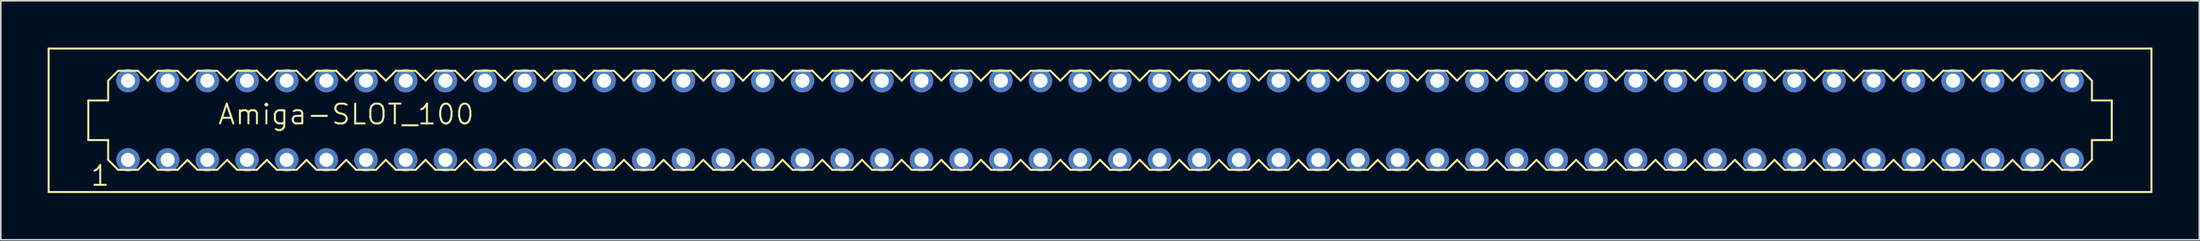
<source format=kicad_pcb>
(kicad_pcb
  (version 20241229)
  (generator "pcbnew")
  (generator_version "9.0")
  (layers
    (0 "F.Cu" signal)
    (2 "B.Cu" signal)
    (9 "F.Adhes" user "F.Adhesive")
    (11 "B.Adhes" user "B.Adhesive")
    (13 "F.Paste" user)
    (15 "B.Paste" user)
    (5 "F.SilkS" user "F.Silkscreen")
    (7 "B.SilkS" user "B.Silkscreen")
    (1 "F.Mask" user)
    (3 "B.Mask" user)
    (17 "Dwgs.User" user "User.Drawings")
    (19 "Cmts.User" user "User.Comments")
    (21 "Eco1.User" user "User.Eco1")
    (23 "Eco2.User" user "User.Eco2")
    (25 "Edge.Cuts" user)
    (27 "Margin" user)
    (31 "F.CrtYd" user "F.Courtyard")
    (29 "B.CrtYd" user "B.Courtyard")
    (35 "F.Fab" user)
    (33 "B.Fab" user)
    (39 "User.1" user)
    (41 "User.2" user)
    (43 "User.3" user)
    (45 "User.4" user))
  (footprint "Amiga-SLOT_100"
    (layer "F.Cu")
    (at 64.834 4.666)
    (property "Reference" "Amiga-SLOT_100" (at -45.72 -0.381 0) (layer "F.SilkS") (effects (font (size 1.27 1.27) (thickness 0.127))))
    (attr exclude_from_pos_files exclude_from_bom)
    (fp_line (start -64.77 -4.602) (end -64.77 4.602) (stroke (width 0.127) (type solid)) (layer "F.SilkS"))
    (fp_line (start -64.77 4.602) (end 69.85 4.602) (stroke (width 0.127) (type solid)) (layer "F.SilkS"))
    (fp_line (start -62.23 -1.27) (end -62.23 1.27) (stroke (width 0.127) (type solid)) (layer "F.SilkS"))
    (fp_line (start -62.23 1.27) (end -60.96 1.27) (stroke (width 0.127) (type solid)) (layer "F.SilkS"))
    (fp_line (start -60.96 -2.54) (end -60.96 -1.27) (stroke (width 0.127) (type solid)) (layer "F.SilkS"))
    (fp_line (start -60.96 -1.27) (end -62.23 -1.27) (stroke (width 0.127) (type solid)) (layer "F.SilkS"))
    (fp_line (start -60.96 1.27) (end -60.96 2.54) (stroke (width 0.127) (type solid)) (layer "F.SilkS"))
    (fp_line (start -60.96 2.54) (end -60.325 3.175) (stroke (width 0.127) (type solid)) (layer "F.SilkS"))
    (fp_line (start -60.325 -3.175) (end -60.96 -2.54) (stroke (width 0.127) (type solid)) (layer "F.SilkS"))
    (fp_line (start -60.325 -3.175) (end -59.055 -3.175) (stroke (width 0.127) (type solid)) (layer "F.SilkS"))
    (fp_line (start -59.055 -3.175) (end -58.42 -2.54) (stroke (width 0.127) (type solid)) (layer "F.SilkS"))
    (fp_line (start -59.055 3.175) (end -60.325 3.175) (stroke (width 0.127) (type solid)) (layer "F.SilkS"))
    (fp_line (start -58.42 -2.54) (end -57.785 -3.175) (stroke (width 0.127) (type solid)) (layer "F.SilkS"))
    (fp_line (start -58.42 2.54) (end -59.055 3.175) (stroke (width 0.127) (type solid)) (layer "F.SilkS"))
    (fp_line (start -57.785 -3.175) (end -56.515 -3.175) (stroke (width 0.127) (type solid)) (layer "F.SilkS"))
    (fp_line (start -57.785 3.175) (end -58.42 2.54) (stroke (width 0.127) (type solid)) (layer "F.SilkS"))
    (fp_line (start -56.515 -3.175) (end -55.88 -2.54) (stroke (width 0.127) (type solid)) (layer "F.SilkS"))
    (fp_line (start -56.515 3.175) (end -57.785 3.175) (stroke (width 0.127) (type solid)) (layer "F.SilkS"))
    (fp_line (start -55.88 -2.54) (end -55.245 -3.175) (stroke (width 0.127) (type solid)) (layer "F.SilkS"))
    (fp_line (start -55.88 2.54) (end -56.515 3.175) (stroke (width 0.127) (type solid)) (layer "F.SilkS"))
    (fp_line (start -55.245 -3.175) (end -53.975 -3.175) (stroke (width 0.127) (type solid)) (layer "F.SilkS"))
    (fp_line (start -55.245 3.175) (end -55.88 2.54) (stroke (width 0.127) (type solid)) (layer "F.SilkS"))
    (fp_line (start -53.975 -3.175) (end -53.34 -2.54) (stroke (width 0.127) (type solid)) (layer "F.SilkS"))
    (fp_line (start -53.975 3.175) (end -55.245 3.175) (stroke (width 0.127) (type solid)) (layer "F.SilkS"))
    (fp_line (start -53.34 2.54) (end -53.975 3.175) (stroke (width 0.127) (type solid)) (layer "F.SilkS"))
    (fp_line (start -53.34 2.54) (end -52.705 3.175) (stroke (width 0.127) (type solid)) (layer "F.SilkS"))
    (fp_line (start -52.705 -3.175) (end -53.34 -2.54) (stroke (width 0.127) (type solid)) (layer "F.SilkS"))
    (fp_line (start -52.705 -3.175) (end -51.435 -3.175) (stroke (width 0.127) (type solid)) (layer "F.SilkS"))
    (fp_line (start -51.435 -3.175) (end -50.8 -2.54) (stroke (width 0.127) (type solid)) (layer "F.SilkS"))
    (fp_line (start -51.435 3.175) (end -52.705 3.175) (stroke (width 0.127) (type solid)) (layer "F.SilkS"))
    (fp_line (start -50.8 -2.54) (end -50.165 -3.175) (stroke (width 0.127) (type solid)) (layer "F.SilkS"))
    (fp_line (start -50.8 2.54) (end -51.435 3.175) (stroke (width 0.127) (type solid)) (layer "F.SilkS"))
    (fp_line (start -50.165 -3.175) (end -48.895 -3.175) (stroke (width 0.127) (type solid)) (layer "F.SilkS"))
    (fp_line (start -50.165 3.175) (end -50.8 2.54) (stroke (width 0.127) (type solid)) (layer "F.SilkS"))
    (fp_line (start -48.895 -3.175) (end -48.26 -2.54) (stroke (width 0.127) (type solid)) (layer "F.SilkS"))
    (fp_line (start -48.895 3.175) (end -50.165 3.175) (stroke (width 0.127) (type solid)) (layer "F.SilkS"))
    (fp_line (start -48.26 -2.54) (end -47.625 -3.175) (stroke (width 0.127) (type solid)) (layer "F.SilkS"))
    (fp_line (start -48.26 2.54) (end -48.895 3.175) (stroke (width 0.127) (type solid)) (layer "F.SilkS"))
    (fp_line (start -47.625 -3.175) (end -46.355 -3.175) (stroke (width 0.127) (type solid)) (layer "F.SilkS"))
    (fp_line (start -47.625 3.175) (end -48.26 2.54) (stroke (width 0.127) (type solid)) (layer "F.SilkS"))
    (fp_line (start -46.355 -3.175) (end -45.72 -2.54) (stroke (width 0.127) (type solid)) (layer "F.SilkS"))
    (fp_line (start -46.355 3.175) (end -47.625 3.175) (stroke (width 0.127) (type solid)) (layer "F.SilkS"))
    (fp_line (start -45.72 2.54) (end -46.355 3.175) (stroke (width 0.127) (type solid)) (layer "F.SilkS"))
    (fp_line (start -45.72 2.54) (end -45.085 3.175) (stroke (width 0.127) (type solid)) (layer "F.SilkS"))
    (fp_line (start -45.085 -3.175) (end -45.72 -2.54) (stroke (width 0.127) (type solid)) (layer "F.SilkS"))
    (fp_line (start -45.085 -3.175) (end -43.815 -3.175) (stroke (width 0.127) (type solid)) (layer "F.SilkS"))
    (fp_line (start -43.815 -3.175) (end -43.18 -2.54) (stroke (width 0.127) (type solid)) (layer "F.SilkS"))
    (fp_line (start -43.815 3.175) (end -45.085 3.175) (stroke (width 0.127) (type solid)) (layer "F.SilkS"))
    (fp_line (start -43.18 -2.54) (end -42.545 -3.175) (stroke (width 0.127) (type solid)) (layer "F.SilkS"))
    (fp_line (start -43.18 2.54) (end -43.815 3.175) (stroke (width 0.127) (type solid)) (layer "F.SilkS"))
    (fp_line (start -42.545 -3.175) (end -41.275 -3.175) (stroke (width 0.127) (type solid)) (layer "F.SilkS"))
    (fp_line (start -42.545 3.175) (end -43.18 2.54) (stroke (width 0.127) (type solid)) (layer "F.SilkS"))
    (fp_line (start -41.275 -3.175) (end -40.64 -2.54) (stroke (width 0.127) (type solid)) (layer "F.SilkS"))
    (fp_line (start -41.275 3.175) (end -42.545 3.175) (stroke (width 0.127) (type solid)) (layer "F.SilkS"))
    (fp_line (start -40.64 2.54) (end -41.275 3.175) (stroke (width 0.127) (type solid)) (layer "F.SilkS"))
    (fp_line (start -40.64 2.54) (end -40.005 3.175) (stroke (width 0.127) (type solid)) (layer "F.SilkS"))
    (fp_line (start -40.005 -3.175) (end -40.64 -2.54) (stroke (width 0.127) (type solid)) (layer "F.SilkS"))
    (fp_line (start -40.005 -3.175) (end -38.735 -3.175) (stroke (width 0.127) (type solid)) (layer "F.SilkS"))
    (fp_line (start -38.735 -3.175) (end -38.1 -2.54) (stroke (width 0.127) (type solid)) (layer "F.SilkS"))
    (fp_line (start -38.735 3.175) (end -40.005 3.175) (stroke (width 0.127) (type solid)) (layer "F.SilkS"))
    (fp_line (start -38.1 -2.54) (end -37.465 -3.175) (stroke (width 0.127) (type solid)) (layer "F.SilkS"))
    (fp_line (start -38.1 2.54) (end -38.735 3.175) (stroke (width 0.127) (type solid)) (layer "F.SilkS"))
    (fp_line (start -37.465 -3.175) (end -36.195 -3.175) (stroke (width 0.127) (type solid)) (layer "F.SilkS"))
    (fp_line (start -37.465 3.175) (end -38.1 2.54) (stroke (width 0.127) (type solid)) (layer "F.SilkS"))
    (fp_line (start -36.195 -3.175) (end -35.56 -2.54) (stroke (width 0.127) (type solid)) (layer "F.SilkS"))
    (fp_line (start -36.195 3.175) (end -37.465 3.175) (stroke (width 0.127) (type solid)) (layer "F.SilkS"))
    (fp_line (start -35.56 2.54) (end -36.195 3.175) (stroke (width 0.127) (type solid)) (layer "F.SilkS"))
    (fp_line (start -35.56 2.54) (end -34.925 3.175) (stroke (width 0.127) (type solid)) (layer "F.SilkS"))
    (fp_line (start -34.925 -3.175) (end -35.56 -2.54) (stroke (width 0.127) (type solid)) (layer "F.SilkS"))
    (fp_line (start -34.925 -3.175) (end -33.655 -3.175) (stroke (width 0.127) (type solid)) (layer "F.SilkS"))
    (fp_line (start -34.925 3.175) (end -33.655 3.175) (stroke (width 0.127) (type solid)) (layer "F.SilkS"))
    (fp_line (start -33.655 -3.175) (end -33.02 -2.54) (stroke (width 0.127) (type solid)) (layer "F.SilkS"))
    (fp_line (start -33.02 2.54) (end -33.655 3.175) (stroke (width 0.127) (type solid)) (layer "F.SilkS"))
    (fp_line (start -33.02 2.54) (end -32.385 3.175) (stroke (width 0.127) (type solid)) (layer "F.SilkS"))
    (fp_line (start -32.385 -3.175) (end -33.02 -2.54) (stroke (width 0.127) (type solid)) (layer "F.SilkS"))
    (fp_line (start -32.385 -3.175) (end -31.115 -3.175) (stroke (width 0.127) (type solid)) (layer "F.SilkS"))
    (fp_line (start -32.385 3.175) (end -31.115 3.175) (stroke (width 0.127) (type solid)) (layer "F.SilkS"))
    (fp_line (start -31.115 -3.175) (end -30.48 -2.54) (stroke (width 0.127) (type solid)) (layer "F.SilkS"))
    (fp_line (start -30.48 2.54) (end -31.115 3.175) (stroke (width 0.127) (type solid)) (layer "F.SilkS"))
    (fp_line (start -30.48 2.54) (end -29.845 3.175) (stroke (width 0.127) (type solid)) (layer "F.SilkS"))
    (fp_line (start -29.845 -3.175) (end -30.48 -2.54) (stroke (width 0.127) (type solid)) (layer "F.SilkS"))
    (fp_line (start -29.845 -3.175) (end -28.575 -3.175) (stroke (width 0.127) (type solid)) (layer "F.SilkS"))
    (fp_line (start -29.845 3.175) (end -28.575 3.175) (stroke (width 0.127) (type solid)) (layer "F.SilkS"))
    (fp_line (start -28.575 -3.175) (end -27.94 -2.54) (stroke (width 0.127) (type solid)) (layer "F.SilkS"))
    (fp_line (start -27.94 2.54) (end -28.575 3.175) (stroke (width 0.127) (type solid)) (layer "F.SilkS"))
    (fp_line (start -27.94 2.54) (end -27.305 3.175) (stroke (width 0.127) (type solid)) (layer "F.SilkS"))
    (fp_line (start -27.305 -3.175) (end -27.94 -2.54) (stroke (width 0.127) (type solid)) (layer "F.SilkS"))
    (fp_line (start -27.305 -3.175) (end -26.035 -3.175) (stroke (width 0.127) (type solid)) (layer "F.SilkS"))
    (fp_line (start -27.305 3.175) (end -26.035 3.175) (stroke (width 0.127) (type solid)) (layer "F.SilkS"))
    (fp_line (start -26.035 -3.175) (end -25.4 -2.54) (stroke (width 0.127) (type solid)) (layer "F.SilkS"))
    (fp_line (start -25.4 2.54) (end -26.035 3.175) (stroke (width 0.127) (type solid)) (layer "F.SilkS"))
    (fp_line (start -25.4 2.54) (end -24.765 3.175) (stroke (width 0.127) (type solid)) (layer "F.SilkS"))
    (fp_line (start -24.765 -3.175) (end -25.4 -2.54) (stroke (width 0.127) (type solid)) (layer "F.SilkS"))
    (fp_line (start -24.765 -3.175) (end -23.495 -3.175) (stroke (width 0.127) (type solid)) (layer "F.SilkS"))
    (fp_line (start -24.765 3.175) (end -23.495 3.175) (stroke (width 0.127) (type solid)) (layer "F.SilkS"))
    (fp_line (start -23.495 -3.175) (end -22.86 -2.54) (stroke (width 0.127) (type solid)) (layer "F.SilkS"))
    (fp_line (start -22.86 2.54) (end -23.495 3.175) (stroke (width 0.127) (type solid)) (layer "F.SilkS"))
    (fp_line (start -22.86 2.54) (end -22.225 3.175) (stroke (width 0.127) (type solid)) (layer "F.SilkS"))
    (fp_line (start -22.225 -3.175) (end -22.86 -2.54) (stroke (width 0.127) (type solid)) (layer "F.SilkS"))
    (fp_line (start -22.225 -3.175) (end -20.955 -3.175) (stroke (width 0.127) (type solid)) (layer "F.SilkS"))
    (fp_line (start -22.225 3.175) (end -20.955 3.175) (stroke (width 0.127) (type solid)) (layer "F.SilkS"))
    (fp_line (start -20.955 -3.175) (end -20.32 -2.54) (stroke (width 0.127) (type solid)) (layer "F.SilkS"))
    (fp_line (start -20.32 2.54) (end -20.955 3.175) (stroke (width 0.127) (type solid)) (layer "F.SilkS"))
    (fp_line (start -20.32 2.54) (end -19.685 3.175) (stroke (width 0.127) (type solid)) (layer "F.SilkS"))
    (fp_line (start -19.685 -3.175) (end -20.32 -2.54) (stroke (width 0.127) (type solid)) (layer "F.SilkS"))
    (fp_line (start -19.685 -3.175) (end -18.415 -3.175) (stroke (width 0.127) (type solid)) (layer "F.SilkS"))
    (fp_line (start -19.685 3.175) (end -18.415 3.175) (stroke (width 0.127) (type solid)) (layer "F.SilkS"))
    (fp_line (start -18.415 -3.175) (end -17.78 -2.54) (stroke (width 0.127) (type solid)) (layer "F.SilkS"))
    (fp_line (start -17.78 2.54) (end -18.415 3.175) (stroke (width 0.127) (type solid)) (layer "F.SilkS"))
    (fp_line (start -17.78 2.54) (end -17.145 3.175) (stroke (width 0.127) (type solid)) (layer "F.SilkS"))
    (fp_line (start -17.145 -3.175) (end -17.78 -2.54) (stroke (width 0.127) (type solid)) (layer "F.SilkS"))
    (fp_line (start -17.145 -3.175) (end -15.875 -3.175) (stroke (width 0.127) (type solid)) (layer "F.SilkS"))
    (fp_line (start -17.145 3.175) (end -15.875 3.175) (stroke (width 0.127) (type solid)) (layer "F.SilkS"))
    (fp_line (start -15.875 -3.175) (end -15.24 -2.54) (stroke (width 0.127) (type solid)) (layer "F.SilkS"))
    (fp_line (start -15.24 2.54) (end -15.875 3.175) (stroke (width 0.127) (type solid)) (layer "F.SilkS"))
    (fp_line (start -15.24 2.54) (end -14.605 3.175) (stroke (width 0.127) (type solid)) (layer "F.SilkS"))
    (fp_line (start -14.605 -3.175) (end -15.24 -2.54) (stroke (width 0.127) (type solid)) (layer "F.SilkS"))
    (fp_line (start -14.605 -3.175) (end -13.335 -3.175) (stroke (width 0.127) (type solid)) (layer "F.SilkS"))
    (fp_line (start -14.605 3.175) (end -13.335 3.175) (stroke (width 0.127) (type solid)) (layer "F.SilkS"))
    (fp_line (start -13.335 -3.175) (end -12.7 -2.54) (stroke (width 0.127) (type solid)) (layer "F.SilkS"))
    (fp_line (start -12.7 2.54) (end -13.335 3.175) (stroke (width 0.127) (type solid)) (layer "F.SilkS"))
    (fp_line (start -12.7 2.54) (end -12.065 3.175) (stroke (width 0.127) (type solid)) (layer "F.SilkS"))
    (fp_line (start -12.065 -3.175) (end -12.7 -2.54) (stroke (width 0.127) (type solid)) (layer "F.SilkS"))
    (fp_line (start -12.065 -3.175) (end -10.795 -3.175) (stroke (width 0.127) (type solid)) (layer "F.SilkS"))
    (fp_line (start -12.065 3.175) (end -10.795 3.175) (stroke (width 0.127) (type solid)) (layer "F.SilkS"))
    (fp_line (start -10.795 -3.175) (end -10.16 -2.54) (stroke (width 0.127) (type solid)) (layer "F.SilkS"))
    (fp_line (start -10.16 2.54) (end -10.795 3.175) (stroke (width 0.127) (type solid)) (layer "F.SilkS"))
    (fp_line (start -10.16 2.54) (end -9.525 3.175) (stroke (width 0.127) (type solid)) (layer "F.SilkS"))
    (fp_line (start -9.525 -3.175) (end -10.16 -2.54) (stroke (width 0.127) (type solid)) (layer "F.SilkS"))
    (fp_line (start -9.525 -3.175) (end -8.255 -3.175) (stroke (width 0.127) (type solid)) (layer "F.SilkS"))
    (fp_line (start -9.525 3.175) (end -8.255 3.175) (stroke (width 0.127) (type solid)) (layer "F.SilkS"))
    (fp_line (start -8.255 -3.175) (end -7.62 -2.54) (stroke (width 0.127) (type solid)) (layer "F.SilkS"))
    (fp_line (start -7.62 2.54) (end -8.255 3.175) (stroke (width 0.127) (type solid)) (layer "F.SilkS"))
    (fp_line (start -7.62 2.54) (end -6.985 3.175) (stroke (width 0.127) (type solid)) (layer "F.SilkS"))
    (fp_line (start -6.985 -3.175) (end -7.62 -2.54) (stroke (width 0.127) (type solid)) (layer "F.SilkS"))
    (fp_line (start -6.985 -3.175) (end -5.715 -3.175) (stroke (width 0.127) (type solid)) (layer "F.SilkS"))
    (fp_line (start -6.985 3.175) (end -5.715 3.175) (stroke (width 0.127) (type solid)) (layer "F.SilkS"))
    (fp_line (start -5.715 -3.175) (end -5.08 -2.54) (stroke (width 0.127) (type solid)) (layer "F.SilkS"))
    (fp_line (start -5.08 2.54) (end -5.715 3.175) (stroke (width 0.127) (type solid)) (layer "F.SilkS"))
    (fp_line (start -5.08 2.54) (end -4.445 3.175) (stroke (width 0.127) (type solid)) (layer "F.SilkS"))
    (fp_line (start -4.445 -3.175) (end -5.08 -2.54) (stroke (width 0.127) (type solid)) (layer "F.SilkS"))
    (fp_line (start -4.445 -3.175) (end -3.175 -3.175) (stroke (width 0.127) (type solid)) (layer "F.SilkS"))
    (fp_line (start -4.445 3.175) (end -3.175 3.175) (stroke (width 0.127) (type solid)) (layer "F.SilkS"))
    (fp_line (start -3.175 -3.175) (end -2.54 -2.54) (stroke (width 0.127) (type solid)) (layer "F.SilkS"))
    (fp_line (start -2.54 2.54) (end -3.175 3.175) (stroke (width 0.127) (type solid)) (layer "F.SilkS"))
    (fp_line (start -2.54 2.54) (end -1.905 3.175) (stroke (width 0.127) (type solid)) (layer "F.SilkS"))
    (fp_line (start -1.905 -3.175) (end -2.54 -2.54) (stroke (width 0.127) (type solid)) (layer "F.SilkS"))
    (fp_line (start -1.905 -3.175) (end -0.635 -3.175) (stroke (width 0.127) (type solid)) (layer "F.SilkS"))
    (fp_line (start -1.905 3.175) (end -0.635 3.175) (stroke (width 0.127) (type solid)) (layer "F.SilkS"))
    (fp_line (start -0.635 -3.175) (end 0 -2.54) (stroke (width 0.127) (type solid)) (layer "F.SilkS"))
    (fp_line (start 0 2.54) (end -0.635 3.175) (stroke (width 0.127) (type solid)) (layer "F.SilkS"))
    (fp_line (start 0 2.54) (end 0.635 3.175) (stroke (width 0.127) (type solid)) (layer "F.SilkS"))
    (fp_line (start 0.635 -3.175) (end 0 -2.54) (stroke (width 0.127) (type solid)) (layer "F.SilkS"))
    (fp_line (start 0.635 -3.175) (end 1.905 -3.175) (stroke (width 0.127) (type solid)) (layer "F.SilkS"))
    (fp_line (start 0.635 3.175) (end 1.905 3.175) (stroke (width 0.127) (type solid)) (layer "F.SilkS"))
    (fp_line (start 1.905 -3.175) (end 2.54 -2.54) (stroke (width 0.127) (type solid)) (layer "F.SilkS"))
    (fp_line (start 2.54 2.54) (end 1.905 3.175) (stroke (width 0.127) (type solid)) (layer "F.SilkS"))
    (fp_line (start 2.54 2.54) (end 3.175 3.175) (stroke (width 0.127) (type solid)) (layer "F.SilkS"))
    (fp_line (start 3.175 -3.175) (end 2.54 -2.54) (stroke (width 0.127) (type solid)) (layer "F.SilkS"))
    (fp_line (start 3.175 -3.175) (end 4.445 -3.175) (stroke (width 0.127) (type solid)) (layer "F.SilkS"))
    (fp_line (start 3.175 3.175) (end 4.445 3.175) (stroke (width 0.127) (type solid)) (layer "F.SilkS"))
    (fp_line (start 4.445 -3.175) (end 5.08 -2.54) (stroke (width 0.127) (type solid)) (layer "F.SilkS"))
    (fp_line (start 5.08 2.54) (end 4.445 3.175) (stroke (width 0.127) (type solid)) (layer "F.SilkS"))
    (fp_line (start 5.08 2.54) (end 5.715 3.175) (stroke (width 0.127) (type solid)) (layer "F.SilkS"))
    (fp_line (start 5.715 -3.175) (end 5.08 -2.54) (stroke (width 0.127) (type solid)) (layer "F.SilkS"))
    (fp_line (start 5.715 -3.175) (end 6.985 -3.175) (stroke (width 0.127) (type solid)) (layer "F.SilkS"))
    (fp_line (start 5.715 3.175) (end 6.985 3.175) (stroke (width 0.127) (type solid)) (layer "F.SilkS"))
    (fp_line (start 6.985 -3.175) (end 7.62 -2.54) (stroke (width 0.127) (type solid)) (layer "F.SilkS"))
    (fp_line (start 7.62 2.54) (end 6.985 3.175) (stroke (width 0.127) (type solid)) (layer "F.SilkS"))
    (fp_line (start 7.62 2.54) (end 8.255 3.175) (stroke (width 0.127) (type solid)) (layer "F.SilkS"))
    (fp_line (start 8.255 -3.175) (end 7.62 -2.54) (stroke (width 0.127) (type solid)) (layer "F.SilkS"))
    (fp_line (start 8.255 -3.175) (end 9.525 -3.175) (stroke (width 0.127) (type solid)) (layer "F.SilkS"))
    (fp_line (start 8.255 3.175) (end 9.525 3.175) (stroke (width 0.127) (type solid)) (layer "F.SilkS"))
    (fp_line (start 9.525 -3.175) (end 10.16 -2.54) (stroke (width 0.127) (type solid)) (layer "F.SilkS"))
    (fp_line (start 10.16 2.54) (end 9.525 3.175) (stroke (width 0.127) (type solid)) (layer "F.SilkS"))
    (fp_line (start 10.16 2.54) (end 10.795 3.175) (stroke (width 0.127) (type solid)) (layer "F.SilkS"))
    (fp_line (start 10.795 -3.175) (end 10.16 -2.54) (stroke (width 0.127) (type solid)) (layer "F.SilkS"))
    (fp_line (start 10.795 -3.175) (end 12.065 -3.175) (stroke (width 0.127) (type solid)) (layer "F.SilkS"))
    (fp_line (start 10.795 3.175) (end 12.065 3.175) (stroke (width 0.127) (type solid)) (layer "F.SilkS"))
    (fp_line (start 12.065 -3.175) (end 12.7 -2.54) (stroke (width 0.127) (type solid)) (layer "F.SilkS"))
    (fp_line (start 12.7 2.54) (end 12.065 3.175) (stroke (width 0.127) (type solid)) (layer "F.SilkS"))
    (fp_line (start 12.7 2.54) (end 13.335 3.175) (stroke (width 0.127) (type solid)) (layer "F.SilkS"))
    (fp_line (start 13.335 -3.175) (end 12.7 -2.54) (stroke (width 0.127) (type solid)) (layer "F.SilkS"))
    (fp_line (start 13.335 -3.175) (end 14.605 -3.175) (stroke (width 0.127) (type solid)) (layer "F.SilkS"))
    (fp_line (start 13.335 3.175) (end 14.605 3.175) (stroke (width 0.127) (type solid)) (layer "F.SilkS"))
    (fp_line (start 14.605 -3.175) (end 15.24 -2.54) (stroke (width 0.127) (type solid)) (layer "F.SilkS"))
    (fp_line (start 15.24 2.54) (end 14.605 3.175) (stroke (width 0.127) (type solid)) (layer "F.SilkS"))
    (fp_line (start 15.24 2.54) (end 15.875 3.175) (stroke (width 0.127) (type solid)) (layer "F.SilkS"))
    (fp_line (start 15.875 -3.175) (end 15.24 -2.54) (stroke (width 0.127) (type solid)) (layer "F.SilkS"))
    (fp_line (start 15.875 -3.175) (end 17.145 -3.175) (stroke (width 0.127) (type solid)) (layer "F.SilkS"))
    (fp_line (start 15.875 3.175) (end 17.145 3.175) (stroke (width 0.127) (type solid)) (layer "F.SilkS"))
    (fp_line (start 17.145 -3.175) (end 17.78 -2.54) (stroke (width 0.127) (type solid)) (layer "F.SilkS"))
    (fp_line (start 17.78 2.54) (end 17.145 3.175) (stroke (width 0.127) (type solid)) (layer "F.SilkS"))
    (fp_line (start 17.78 2.54) (end 18.415 3.175) (stroke (width 0.127) (type solid)) (layer "F.SilkS"))
    (fp_line (start 18.415 -3.175) (end 17.78 -2.54) (stroke (width 0.127) (type solid)) (layer "F.SilkS"))
    (fp_line (start 18.415 -3.175) (end 19.685 -3.175) (stroke (width 0.127) (type solid)) (layer "F.SilkS"))
    (fp_line (start 18.415 3.175) (end 19.685 3.175) (stroke (width 0.127) (type solid)) (layer "F.SilkS"))
    (fp_line (start 19.685 -3.175) (end 20.32 -2.54) (stroke (width 0.127) (type solid)) (layer "F.SilkS"))
    (fp_line (start 20.32 2.54) (end 19.685 3.175) (stroke (width 0.127) (type solid)) (layer "F.SilkS"))
    (fp_line (start 20.32 2.54) (end 20.955 3.175) (stroke (width 0.127) (type solid)) (layer "F.SilkS"))
    (fp_line (start 20.955 -3.175) (end 20.32 -2.54) (stroke (width 0.127) (type solid)) (layer "F.SilkS"))
    (fp_line (start 20.955 -3.175) (end 22.225 -3.175) (stroke (width 0.127) (type solid)) (layer "F.SilkS"))
    (fp_line (start 20.955 3.175) (end 22.225 3.175) (stroke (width 0.127) (type solid)) (layer "F.SilkS"))
    (fp_line (start 22.225 -3.175) (end 22.86 -2.54) (stroke (width 0.127) (type solid)) (layer "F.SilkS"))
    (fp_line (start 22.86 2.54) (end 22.225 3.175) (stroke (width 0.127) (type solid)) (layer "F.SilkS"))
    (fp_line (start 22.86 2.54) (end 23.495 3.175) (stroke (width 0.127) (type solid)) (layer "F.SilkS"))
    (fp_line (start 23.495 -3.175) (end 22.86 -2.54) (stroke (width 0.127) (type solid)) (layer "F.SilkS"))
    (fp_line (start 23.495 -3.175) (end 24.765 -3.175) (stroke (width 0.127) (type solid)) (layer "F.SilkS"))
    (fp_line (start 23.495 3.175) (end 24.765 3.175) (stroke (width 0.127) (type solid)) (layer "F.SilkS"))
    (fp_line (start 24.765 -3.175) (end 25.4 -2.54) (stroke (width 0.127) (type solid)) (layer "F.SilkS"))
    (fp_line (start 25.4 2.54) (end 24.765 3.175) (stroke (width 0.127) (type solid)) (layer "F.SilkS"))
    (fp_line (start 25.4 2.54) (end 26.035 3.175) (stroke (width 0.127) (type solid)) (layer "F.SilkS"))
    (fp_line (start 26.035 -3.175) (end 25.4 -2.54) (stroke (width 0.127) (type solid)) (layer "F.SilkS"))
    (fp_line (start 26.035 -3.175) (end 27.305 -3.175) (stroke (width 0.127) (type solid)) (layer "F.SilkS"))
    (fp_line (start 26.035 3.175) (end 27.305 3.175) (stroke (width 0.127) (type solid)) (layer "F.SilkS"))
    (fp_line (start 27.305 -3.175) (end 27.94 -2.54) (stroke (width 0.127) (type solid)) (layer "F.SilkS"))
    (fp_line (start 27.94 2.54) (end 27.305 3.175) (stroke (width 0.127) (type solid)) (layer "F.SilkS"))
    (fp_line (start 27.94 2.54) (end 28.575 3.175) (stroke (width 0.127) (type solid)) (layer "F.SilkS"))
    (fp_line (start 28.575 -3.175) (end 27.94 -2.54) (stroke (width 0.127) (type solid)) (layer "F.SilkS"))
    (fp_line (start 28.575 -3.175) (end 29.845 -3.175) (stroke (width 0.127) (type solid)) (layer "F.SilkS"))
    (fp_line (start 28.575 3.175) (end 29.845 3.175) (stroke (width 0.127) (type solid)) (layer "F.SilkS"))
    (fp_line (start 29.845 -3.175) (end 30.48 -2.54) (stroke (width 0.127) (type solid)) (layer "F.SilkS"))
    (fp_line (start 30.48 2.54) (end 29.845 3.175) (stroke (width 0.127) (type solid)) (layer "F.SilkS"))
    (fp_line (start 30.48 2.54) (end 31.115 3.175) (stroke (width 0.127) (type solid)) (layer "F.SilkS"))
    (fp_line (start 31.115 -3.175) (end 30.48 -2.54) (stroke (width 0.127) (type solid)) (layer "F.SilkS"))
    (fp_line (start 31.115 -3.175) (end 32.385 -3.175) (stroke (width 0.127) (type solid)) (layer "F.SilkS"))
    (fp_line (start 31.115 3.175) (end 32.385 3.175) (stroke (width 0.127) (type solid)) (layer "F.SilkS"))
    (fp_line (start 32.385 -3.175) (end 33.02 -2.54) (stroke (width 0.127) (type solid)) (layer "F.SilkS"))
    (fp_line (start 33.02 2.54) (end 32.385 3.175) (stroke (width 0.127) (type solid)) (layer "F.SilkS"))
    (fp_line (start 33.02 2.54) (end 33.655 3.175) (stroke (width 0.127) (type solid)) (layer "F.SilkS"))
    (fp_line (start 33.655 -3.175) (end 33.02 -2.54) (stroke (width 0.127) (type solid)) (layer "F.SilkS"))
    (fp_line (start 33.655 -3.175) (end 34.925 -3.175) (stroke (width 0.127) (type solid)) (layer "F.SilkS"))
    (fp_line (start 33.655 3.175) (end 34.925 3.175) (stroke (width 0.127) (type solid)) (layer "F.SilkS"))
    (fp_line (start 34.925 -3.175) (end 35.56 -2.54) (stroke (width 0.127) (type solid)) (layer "F.SilkS"))
    (fp_line (start 35.56 2.54) (end 34.925 3.175) (stroke (width 0.127) (type solid)) (layer "F.SilkS"))
    (fp_line (start 35.56 2.54) (end 36.195 3.175) (stroke (width 0.127) (type solid)) (layer "F.SilkS"))
    (fp_line (start 36.195 -3.175) (end 35.56 -2.54) (stroke (width 0.127) (type solid)) (layer "F.SilkS"))
    (fp_line (start 36.195 -3.175) (end 37.465 -3.175) (stroke (width 0.127) (type solid)) (layer "F.SilkS"))
    (fp_line (start 36.195 3.175) (end 37.465 3.175) (stroke (width 0.127) (type solid)) (layer "F.SilkS"))
    (fp_line (start 37.465 -3.175) (end 38.1 -2.54) (stroke (width 0.127) (type solid)) (layer "F.SilkS"))
    (fp_line (start 38.1 2.54) (end 37.465 3.175) (stroke (width 0.127) (type solid)) (layer "F.SilkS"))
    (fp_line (start 38.1 2.54) (end 38.735 3.175) (stroke (width 0.127) (type solid)) (layer "F.SilkS"))
    (fp_line (start 38.735 -3.175) (end 38.1 -2.54) (stroke (width 0.127) (type solid)) (layer "F.SilkS"))
    (fp_line (start 38.735 -3.175) (end 40.005 -3.175) (stroke (width 0.127) (type solid)) (layer "F.SilkS"))
    (fp_line (start 38.735 3.175) (end 40.005 3.175) (stroke (width 0.127) (type solid)) (layer "F.SilkS"))
    (fp_line (start 40.005 -3.175) (end 40.64 -2.54) (stroke (width 0.127) (type solid)) (layer "F.SilkS"))
    (fp_line (start 40.64 2.54) (end 40.005 3.175) (stroke (width 0.127) (type solid)) (layer "F.SilkS"))
    (fp_line (start 40.64 2.54) (end 41.275 3.175) (stroke (width 0.127) (type solid)) (layer "F.SilkS"))
    (fp_line (start 41.275 -3.175) (end 40.64 -2.54) (stroke (width 0.127) (type solid)) (layer "F.SilkS"))
    (fp_line (start 41.275 -3.175) (end 42.545 -3.175) (stroke (width 0.127) (type solid)) (layer "F.SilkS"))
    (fp_line (start 41.275 3.175) (end 42.545 3.175) (stroke (width 0.127) (type solid)) (layer "F.SilkS"))
    (fp_line (start 42.545 -3.175) (end 43.18 -2.54) (stroke (width 0.127) (type solid)) (layer "F.SilkS"))
    (fp_line (start 43.18 2.54) (end 42.545 3.175) (stroke (width 0.127) (type solid)) (layer "F.SilkS"))
    (fp_line (start 43.18 2.54) (end 43.815 3.175) (stroke (width 0.127) (type solid)) (layer "F.SilkS"))
    (fp_line (start 43.815 -3.175) (end 43.18 -2.54) (stroke (width 0.127) (type solid)) (layer "F.SilkS"))
    (fp_line (start 43.815 -3.175) (end 45.085 -3.175) (stroke (width 0.127) (type solid)) (layer "F.SilkS"))
    (fp_line (start 43.815 3.175) (end 45.085 3.175) (stroke (width 0.127) (type solid)) (layer "F.SilkS"))
    (fp_line (start 45.085 -3.175) (end 45.72 -2.54) (stroke (width 0.127) (type solid)) (layer "F.SilkS"))
    (fp_line (start 45.72 2.54) (end 45.085 3.175) (stroke (width 0.127) (type solid)) (layer "F.SilkS"))
    (fp_line (start 45.72 2.54) (end 46.355 3.175) (stroke (width 0.127) (type solid)) (layer "F.SilkS"))
    (fp_line (start 46.355 -3.175) (end 45.72 -2.54) (stroke (width 0.127) (type solid)) (layer "F.SilkS"))
    (fp_line (start 46.355 -3.175) (end 47.625 -3.175) (stroke (width 0.127) (type solid)) (layer "F.SilkS"))
    (fp_line (start 46.355 3.175) (end 47.625 3.175) (stroke (width 0.127) (type solid)) (layer "F.SilkS"))
    (fp_line (start 47.625 -3.175) (end 48.26 -2.54) (stroke (width 0.127) (type solid)) (layer "F.SilkS"))
    (fp_line (start 48.26 2.54) (end 47.625 3.175) (stroke (width 0.127) (type solid)) (layer "F.SilkS"))
    (fp_line (start 48.26 2.54) (end 48.895 3.175) (stroke (width 0.127) (type solid)) (layer "F.SilkS"))
    (fp_line (start 48.895 -3.175) (end 48.26 -2.54) (stroke (width 0.127) (type solid)) (layer "F.SilkS"))
    (fp_line (start 48.895 -3.175) (end 50.165 -3.175) (stroke (width 0.127) (type solid)) (layer "F.SilkS"))
    (fp_line (start 48.895 3.175) (end 50.165 3.175) (stroke (width 0.127) (type solid)) (layer "F.SilkS"))
    (fp_line (start 50.165 -3.175) (end 50.8 -2.54) (stroke (width 0.127) (type solid)) (layer "F.SilkS"))
    (fp_line (start 50.8 2.54) (end 50.165 3.175) (stroke (width 0.127) (type solid)) (layer "F.SilkS"))
    (fp_line (start 50.8 2.54) (end 51.435 3.175) (stroke (width 0.127) (type solid)) (layer "F.SilkS"))
    (fp_line (start 51.435 -3.175) (end 50.8 -2.54) (stroke (width 0.127) (type solid)) (layer "F.SilkS"))
    (fp_line (start 51.435 -3.175) (end 52.705 -3.175) (stroke (width 0.127) (type solid)) (layer "F.SilkS"))
    (fp_line (start 51.435 3.175) (end 52.705 3.175) (stroke (width 0.127) (type solid)) (layer "F.SilkS"))
    (fp_line (start 52.705 -3.175) (end 53.34 -2.54) (stroke (width 0.127) (type solid)) (layer "F.SilkS"))
    (fp_line (start 53.34 2.54) (end 52.705 3.175) (stroke (width 0.127) (type solid)) (layer "F.SilkS"))
    (fp_line (start 53.34 2.54) (end 53.975 3.175) (stroke (width 0.127) (type solid)) (layer "F.SilkS"))
    (fp_line (start 53.975 -3.175) (end 53.34 -2.54) (stroke (width 0.127) (type solid)) (layer "F.SilkS"))
    (fp_line (start 53.975 -3.175) (end 55.245 -3.175) (stroke (width 0.127) (type solid)) (layer "F.SilkS"))
    (fp_line (start 53.975 3.175) (end 55.245 3.175) (stroke (width 0.127) (type solid)) (layer "F.SilkS"))
    (fp_line (start 55.245 -3.175) (end 55.88 -2.54) (stroke (width 0.127) (type solid)) (layer "F.SilkS"))
    (fp_line (start 55.88 2.54) (end 55.245 3.175) (stroke (width 0.127) (type solid)) (layer "F.SilkS"))
    (fp_line (start 55.88 2.54) (end 56.515 3.175) (stroke (width 0.127) (type solid)) (layer "F.SilkS"))
    (fp_line (start 56.515 -3.175) (end 55.88 -2.54) (stroke (width 0.127) (type solid)) (layer "F.SilkS"))
    (fp_line (start 56.515 -3.175) (end 57.785 -3.175) (stroke (width 0.127) (type solid)) (layer "F.SilkS"))
    (fp_line (start 56.515 3.175) (end 57.785 3.175) (stroke (width 0.127) (type solid)) (layer "F.SilkS"))
    (fp_line (start 57.785 -3.175) (end 58.42 -2.54) (stroke (width 0.127) (type solid)) (layer "F.SilkS"))
    (fp_line (start 58.42 2.54) (end 57.785 3.175) (stroke (width 0.127) (type solid)) (layer "F.SilkS"))
    (fp_line (start 58.42 2.54) (end 59.055 3.175) (stroke (width 0.127) (type solid)) (layer "F.SilkS"))
    (fp_line (start 59.055 -3.175) (end 58.42 -2.54) (stroke (width 0.127) (type solid)) (layer "F.SilkS"))
    (fp_line (start 59.055 -3.175) (end 60.325 -3.175) (stroke (width 0.127) (type solid)) (layer "F.SilkS"))
    (fp_line (start 59.055 3.175) (end 60.325 3.175) (stroke (width 0.127) (type solid)) (layer "F.SilkS"))
    (fp_line (start 60.325 -3.175) (end 60.96 -2.54) (stroke (width 0.127) (type solid)) (layer "F.SilkS"))
    (fp_line (start 60.96 2.54) (end 60.325 3.175) (stroke (width 0.127) (type solid)) (layer "F.SilkS"))
    (fp_line (start 60.96 2.54) (end 61.595 3.175) (stroke (width 0.127) (type solid)) (layer "F.SilkS"))
    (fp_line (start 61.595 -3.175) (end 60.96 -2.54) (stroke (width 0.127) (type solid)) (layer "F.SilkS"))
    (fp_line (start 61.595 -3.175) (end 62.865 -3.175) (stroke (width 0.127) (type solid)) (layer "F.SilkS"))
    (fp_line (start 61.595 3.175) (end 62.865 3.175) (stroke (width 0.127) (type solid)) (layer "F.SilkS"))
    (fp_line (start 62.865 -3.175) (end 63.5 -2.54) (stroke (width 0.127) (type solid)) (layer "F.SilkS"))
    (fp_line (start 63.5 2.54) (end 62.865 3.175) (stroke (width 0.127) (type solid)) (layer "F.SilkS"))
    (fp_line (start 63.5 2.54) (end 64.135 3.175) (stroke (width 0.127) (type solid)) (layer "F.SilkS"))
    (fp_line (start 64.135 -3.175) (end 63.5 -2.54) (stroke (width 0.127) (type solid)) (layer "F.SilkS"))
    (fp_line (start 64.135 -3.175) (end 65.405 -3.175) (stroke (width 0.127) (type solid)) (layer "F.SilkS"))
    (fp_line (start 64.135 3.175) (end 65.405 3.175) (stroke (width 0.127) (type solid)) (layer "F.SilkS"))
    (fp_line (start 65.405 -3.175) (end 66.04 -2.54) (stroke (width 0.127) (type solid)) (layer "F.SilkS"))
    (fp_line (start 66.04 -2.54) (end 66.04 -1.27) (stroke (width 0.127) (type solid)) (layer "F.SilkS"))
    (fp_line (start 66.04 -1.27) (end 67.31 -1.27) (stroke (width 0.127) (type solid)) (layer "F.SilkS"))
    (fp_line (start 66.04 1.27) (end 66.04 2.54) (stroke (width 0.127) (type solid)) (layer "F.SilkS"))
    (fp_line (start 66.04 2.54) (end 65.405 3.175) (stroke (width 0.127) (type solid)) (layer "F.SilkS"))
    (fp_line (start 67.31 -1.27) (end 67.31 1.27) (stroke (width 0.127) (type solid)) (layer "F.SilkS"))
    (fp_line (start 67.31 1.27) (end 66.04 1.27) (stroke (width 0.127) (type solid)) (layer "F.SilkS"))
    (fp_line (start 69.85 -4.602) (end -64.77 -4.602) (stroke (width 0.127) (type solid)) (layer "F.SilkS"))
    (fp_line (start 69.85 4.602) (end 69.85 -4.602) (stroke (width 0.127) (type solid)) (layer "F.SilkS"))
    (fp_text user "1" (at -61.468 3.556 0) (layer "F.SilkS") (effects (font (size 1.27 1.27) (thickness 0.127))))
    (pad "1" thru_hole circle (at -59.69 2.54) (size 1.499 1.499) (drill 0.899) (layers "*.Cu" "*.Paste" "*.Mask"))
    (pad "2" thru_hole circle (at -59.69 -2.54) (size 1.499 1.499) (drill 0.899) (layers "*.Cu" "*.Paste" "*.Mask"))
    (pad "3" thru_hole circle (at -57.15 2.54) (size 1.499 1.499) (drill 0.899) (layers "*.Cu" "*.Paste" "*.Mask"))
    (pad "4" thru_hole circle (at -57.15 -2.54) (size 1.499 1.499) (drill 0.899) (layers "*.Cu" "*.Paste" "*.Mask"))
    (pad "5" thru_hole circle (at -54.61 2.54) (size 1.499 1.499) (drill 0.899) (layers "*.Cu" "*.Paste" "*.Mask"))
    (pad "6" thru_hole circle (at -54.61 -2.54) (size 1.499 1.499) (drill 0.899) (layers "*.Cu" "*.Paste" "*.Mask"))
    (pad "7" thru_hole circle (at -52.07 2.54) (size 1.499 1.499) (drill 0.899) (layers "*.Cu" "*.Paste" "*.Mask"))
    (pad "8" thru_hole circle (at -52.07 -2.54) (size 1.499 1.499) (drill 0.899) (layers "*.Cu" "*.Paste" "*.Mask"))
    (pad "9" thru_hole circle (at -49.53 2.54) (size 1.499 1.499) (drill 0.899) (layers "*.Cu" "*.Paste" "*.Mask"))
    (pad "10" thru_hole circle (at -49.53 -2.54) (size 1.499 1.499) (drill 0.899) (layers "*.Cu" "*.Paste" "*.Mask"))
    (pad "11" thru_hole circle (at -46.99 2.54) (size 1.499 1.499) (drill 0.899) (layers "*.Cu" "*.Paste" "*.Mask"))
    (pad "12" thru_hole circle (at -46.99 -2.54) (size 1.499 1.499) (drill 0.899) (layers "*.Cu" "*.Paste" "*.Mask"))
    (pad "13" thru_hole circle (at -44.45 2.54) (size 1.499 1.499) (drill 0.899) (layers "*.Cu" "*.Paste" "*.Mask"))
    (pad "14" thru_hole circle (at -44.45 -2.54) (size 1.499 1.499) (drill 0.899) (layers "*.Cu" "*.Paste" "*.Mask"))
    (pad "15" thru_hole circle (at -41.91 2.54) (size 1.499 1.499) (drill 0.899) (layers "*.Cu" "*.Paste" "*.Mask"))
    (pad "16" thru_hole circle (at -41.91 -2.54) (size 1.499 1.499) (drill 0.899) (layers "*.Cu" "*.Paste" "*.Mask"))
    (pad "17" thru_hole circle (at -39.37 2.54) (size 1.499 1.499) (drill 0.899) (layers "*.Cu" "*.Paste" "*.Mask"))
    (pad "18" thru_hole circle (at -39.37 -2.54) (size 1.499 1.499) (drill 0.899) (layers "*.Cu" "*.Paste" "*.Mask"))
    (pad "19" thru_hole circle (at -36.83 2.54) (size 1.499 1.499) (drill 0.899) (layers "*.Cu" "*.Paste" "*.Mask"))
    (pad "20" thru_hole circle (at -36.83 -2.54) (size 1.499 1.499) (drill 0.899) (layers "*.Cu" "*.Paste" "*.Mask"))
    (pad "21" thru_hole circle (at -34.29 2.54) (size 1.499 1.499) (drill 0.899) (layers "*.Cu" "*.Paste" "*.Mask"))
    (pad "22" thru_hole circle (at -34.29 -2.54) (size 1.499 1.499) (drill 0.899) (layers "*.Cu" "*.Paste" "*.Mask"))
    (pad "23" thru_hole circle (at -31.75 2.54) (size 1.499 1.499) (drill 0.899) (layers "*.Cu" "*.Paste" "*.Mask"))
    (pad "24" thru_hole circle (at -31.75 -2.54) (size 1.499 1.499) (drill 0.899) (layers "*.Cu" "*.Paste" "*.Mask"))
    (pad "25" thru_hole circle (at -29.21 2.54) (size 1.499 1.499) (drill 0.899) (layers "*.Cu" "*.Paste" "*.Mask"))
    (pad "26" thru_hole circle (at -29.21 -2.54) (size 1.499 1.499) (drill 0.899) (layers "*.Cu" "*.Paste" "*.Mask"))
    (pad "27" thru_hole circle (at -26.67 2.54) (size 1.499 1.499) (drill 0.899) (layers "*.Cu" "*.Paste" "*.Mask"))
    (pad "28" thru_hole circle (at -26.67 -2.54) (size 1.499 1.499) (drill 0.899) (layers "*.Cu" "*.Paste" "*.Mask"))
    (pad "29" thru_hole circle (at -24.13 2.54) (size 1.499 1.499) (drill 0.899) (layers "*.Cu" "*.Paste" "*.Mask"))
    (pad "30" thru_hole circle (at -24.13 -2.54) (size 1.499 1.499) (drill 0.899) (layers "*.Cu" "*.Paste" "*.Mask"))
    (pad "31" thru_hole circle (at -21.59 2.54) (size 1.499 1.499) (drill 0.899) (layers "*.Cu" "*.Paste" "*.Mask"))
    (pad "32" thru_hole circle (at -21.59 -2.54) (size 1.499 1.499) (drill 0.899) (layers "*.Cu" "*.Paste" "*.Mask"))
    (pad "33" thru_hole circle (at -19.05 2.54) (size 1.499 1.499) (drill 0.899) (layers "*.Cu" "*.Paste" "*.Mask"))
    (pad "34" thru_hole circle (at -19.05 -2.54) (size 1.499 1.499) (drill 0.899) (layers "*.Cu" "*.Paste" "*.Mask"))
    (pad "35" thru_hole circle (at -16.51 2.54) (size 1.499 1.499) (drill 0.899) (layers "*.Cu" "*.Paste" "*.Mask"))
    (pad "36" thru_hole circle (at -16.51 -2.54) (size 1.499 1.499) (drill 0.899) (layers "*.Cu" "*.Paste" "*.Mask"))
    (pad "37" thru_hole circle (at -13.97 2.54) (size 1.499 1.499) (drill 0.899) (layers "*.Cu" "*.Paste" "*.Mask"))
    (pad "38" thru_hole circle (at -13.97 -2.54) (size 1.499 1.499) (drill 0.899) (layers "*.Cu" "*.Paste" "*.Mask"))
    (pad "39" thru_hole circle (at -11.43 2.54) (size 1.499 1.499) (drill 0.899) (layers "*.Cu" "*.Paste" "*.Mask"))
    (pad "40" thru_hole circle (at -11.43 -2.54) (size 1.499 1.499) (drill 0.899) (layers "*.Cu" "*.Paste" "*.Mask"))
    (pad "41" thru_hole circle (at -8.89 2.54) (size 1.499 1.499) (drill 0.899) (layers "*.Cu" "*.Paste" "*.Mask"))
    (pad "42" thru_hole circle (at -8.89 -2.54) (size 1.499 1.499) (drill 0.899) (layers "*.Cu" "*.Paste" "*.Mask"))
    (pad "43" thru_hole circle (at -6.35 2.54) (size 1.499 1.499) (drill 0.899) (layers "*.Cu" "*.Paste" "*.Mask"))
    (pad "44" thru_hole circle (at -6.35 -2.54) (size 1.499 1.499) (drill 0.899) (layers "*.Cu" "*.Paste" "*.Mask"))
    (pad "45" thru_hole circle (at -3.81 2.54) (size 1.499 1.499) (drill 0.899) (layers "*.Cu" "*.Paste" "*.Mask"))
    (pad "46" thru_hole circle (at -3.81 -2.54) (size 1.499 1.499) (drill 0.899) (layers "*.Cu" "*.Paste" "*.Mask"))
    (pad "47" thru_hole circle (at -1.27 2.54) (size 1.499 1.499) (drill 0.899) (layers "*.Cu" "*.Paste" "*.Mask"))
    (pad "48" thru_hole circle (at -1.27 -2.54) (size 1.499 1.499) (drill 0.899) (layers "*.Cu" "*.Paste" "*.Mask"))
    (pad "49" thru_hole circle (at 1.27 2.54) (size 1.499 1.499) (drill 0.899) (layers "*.Cu" "*.Paste" "*.Mask"))
    (pad "50" thru_hole circle (at 1.27 -2.54) (size 1.499 1.499) (drill 0.899) (layers "*.Cu" "*.Paste" "*.Mask"))
    (pad "51" thru_hole circle (at 3.81 2.54) (size 1.499 1.499) (drill 0.899) (layers "*.Cu" "*.Paste" "*.Mask"))
    (pad "52" thru_hole circle (at 3.81 -2.54) (size 1.499 1.499) (drill 0.899) (layers "*.Cu" "*.Paste" "*.Mask"))
    (pad "53" thru_hole circle (at 6.35 2.54) (size 1.499 1.499) (drill 0.899) (layers "*.Cu" "*.Paste" "*.Mask"))
    (pad "54" thru_hole circle (at 6.35 -2.54) (size 1.499 1.499) (drill 0.899) (layers "*.Cu" "*.Paste" "*.Mask"))
    (pad "55" thru_hole circle (at 8.89 2.54) (size 1.499 1.499) (drill 0.899) (layers "*.Cu" "*.Paste" "*.Mask"))
    (pad "56" thru_hole circle (at 8.89 -2.54) (size 1.499 1.499) (drill 0.899) (layers "*.Cu" "*.Paste" "*.Mask"))
    (pad "57" thru_hole circle (at 11.43 2.54) (size 1.499 1.499) (drill 0.899) (layers "*.Cu" "*.Paste" "*.Mask"))
    (pad "58" thru_hole circle (at 11.43 -2.54) (size 1.499 1.499) (drill 0.899) (layers "*.Cu" "*.Paste" "*.Mask"))
    (pad "59" thru_hole circle (at 13.97 2.54) (size 1.499 1.499) (drill 0.899) (layers "*.Cu" "*.Paste" "*.Mask"))
    (pad "60" thru_hole circle (at 13.97 -2.54) (size 1.499 1.499) (drill 0.899) (layers "*.Cu" "*.Paste" "*.Mask"))
    (pad "61" thru_hole circle (at 16.51 2.54) (size 1.499 1.499) (drill 0.899) (layers "*.Cu" "*.Paste" "*.Mask"))
    (pad "62" thru_hole circle (at 16.51 -2.54) (size 1.499 1.499) (drill 0.899) (layers "*.Cu" "*.Paste" "*.Mask"))
    (pad "63" thru_hole circle (at 19.05 2.54) (size 1.499 1.499) (drill 0.899) (layers "*.Cu" "*.Paste" "*.Mask"))
    (pad "64" thru_hole circle (at 19.05 -2.54) (size 1.499 1.499) (drill 0.899) (layers "*.Cu" "*.Paste" "*.Mask"))
    (pad "65" thru_hole circle (at 21.59 2.54) (size 1.499 1.499) (drill 0.899) (layers "*.Cu" "*.Paste" "*.Mask"))
    (pad "66" thru_hole circle (at 21.59 -2.54) (size 1.499 1.499) (drill 0.899) (layers "*.Cu" "*.Paste" "*.Mask"))
    (pad "67" thru_hole circle (at 24.13 2.54) (size 1.499 1.499) (drill 0.899) (layers "*.Cu" "*.Paste" "*.Mask"))
    (pad "68" thru_hole circle (at 24.13 -2.54) (size 1.499 1.499) (drill 0.899) (layers "*.Cu" "*.Paste" "*.Mask"))
    (pad "69" thru_hole circle (at 26.67 2.54) (size 1.499 1.499) (drill 0.899) (layers "*.Cu" "*.Paste" "*.Mask"))
    (pad "70" thru_hole circle (at 26.67 -2.54) (size 1.499 1.499) (drill 0.899) (layers "*.Cu" "*.Paste" "*.Mask"))
    (pad "71" thru_hole circle (at 29.21 2.54) (size 1.499 1.499) (drill 0.899) (layers "*.Cu" "*.Paste" "*.Mask"))
    (pad "72" thru_hole circle (at 29.21 -2.54) (size 1.499 1.499) (drill 0.899) (layers "*.Cu" "*.Paste" "*.Mask"))
    (pad "73" thru_hole circle (at 31.75 2.54) (size 1.499 1.499) (drill 0.899) (layers "*.Cu" "*.Paste" "*.Mask"))
    (pad "74" thru_hole circle (at 31.75 -2.54) (size 1.499 1.499) (drill 0.899) (layers "*.Cu" "*.Paste" "*.Mask"))
    (pad "75" thru_hole circle (at 34.29 2.54) (size 1.499 1.499) (drill 0.899) (layers "*.Cu" "*.Paste" "*.Mask"))
    (pad "76" thru_hole circle (at 34.29 -2.54) (size 1.499 1.499) (drill 0.899) (layers "*.Cu" "*.Paste" "*.Mask"))
    (pad "77" thru_hole circle (at 36.83 2.54) (size 1.499 1.499) (drill 0.899) (layers "*.Cu" "*.Paste" "*.Mask"))
    (pad "78" thru_hole circle (at 36.83 -2.54) (size 1.499 1.499) (drill 0.899) (layers "*.Cu" "*.Paste" "*.Mask"))
    (pad "79" thru_hole circle (at 39.37 2.54) (size 1.499 1.499) (drill 0.899) (layers "*.Cu" "*.Paste" "*.Mask"))
    (pad "80" thru_hole circle (at 39.37 -2.54) (size 1.499 1.499) (drill 0.899) (layers "*.Cu" "*.Paste" "*.Mask"))
    (pad "81" thru_hole circle (at 41.91 2.54) (size 1.499 1.499) (drill 0.899) (layers "*.Cu" "*.Paste" "*.Mask"))
    (pad "82" thru_hole circle (at 41.91 -2.54) (size 1.499 1.499) (drill 0.899) (layers "*.Cu" "*.Paste" "*.Mask"))
    (pad "83" thru_hole circle (at 44.45 2.54) (size 1.499 1.499) (drill 0.899) (layers "*.Cu" "*.Paste" "*.Mask"))
    (pad "84" thru_hole circle (at 44.45 -2.54) (size 1.499 1.499) (drill 0.899) (layers "*.Cu" "*.Paste" "*.Mask"))
    (pad "85" thru_hole circle (at 46.99 2.54) (size 1.499 1.499) (drill 0.899) (layers "*.Cu" "*.Paste" "*.Mask"))
    (pad "86" thru_hole circle (at 46.99 -2.54) (size 1.499 1.499) (drill 0.899) (layers "*.Cu" "*.Paste" "*.Mask"))
    (pad "87" thru_hole circle (at 49.53 2.54) (size 1.499 1.499) (drill 0.899) (layers "*.Cu" "*.Paste" "*.Mask"))
    (pad "88" thru_hole circle (at 49.53 -2.54) (size 1.499 1.499) (drill 0.899) (layers "*.Cu" "*.Paste" "*.Mask"))
    (pad "89" thru_hole circle (at 52.07 2.54) (size 1.499 1.499) (drill 0.899) (layers "*.Cu" "*.Paste" "*.Mask"))
    (pad "90" thru_hole circle (at 52.07 -2.54) (size 1.499 1.499) (drill 0.899) (layers "*.Cu" "*.Paste" "*.Mask"))
    (pad "91" thru_hole circle (at 54.61 2.54) (size 1.499 1.499) (drill 0.899) (layers "*.Cu" "*.Paste" "*.Mask"))
    (pad "92" thru_hole circle (at 54.61 -2.54) (size 1.499 1.499) (drill 0.899) (layers "*.Cu" "*.Paste" "*.Mask"))
    (pad "93" thru_hole circle (at 57.15 2.54) (size 1.499 1.499) (drill 0.899) (layers "*.Cu" "*.Paste" "*.Mask"))
    (pad "94" thru_hole circle (at 57.15 -2.54) (size 1.499 1.499) (drill 0.899) (layers "*.Cu" "*.Paste" "*.Mask"))
    (pad "95" thru_hole circle (at 59.69 2.54) (size 1.499 1.499) (drill 0.899) (layers "*.Cu" "*.Paste" "*.Mask"))
    (pad "96" thru_hole circle (at 59.69 -2.54) (size 1.499 1.499) (drill 0.899) (layers "*.Cu" "*.Paste" "*.Mask"))
    (pad "97" thru_hole circle (at 62.23 2.54) (size 1.499 1.499) (drill 0.899) (layers "*.Cu" "*.Paste" "*.Mask"))
    (pad "98" thru_hole circle (at 62.23 -2.54) (size 1.499 1.499) (drill 0.899) (layers "*.Cu" "*.Paste" "*.Mask"))
    (pad "99" thru_hole circle (at 64.77 2.54) (size 1.499 1.499) (drill 0.899) (layers "*.Cu" "*.Paste" "*.Mask"))
    (pad "100" thru_hole circle (at 64.77 -2.54) (size 1.499 1.499) (drill 0.899) (layers "*.Cu" "*.Paste" "*.Mask")))
  (gr_rect
    (start -3 -3)
    (end 137.747 12.332)
    (stroke (width 0.1) (type default))
    (fill no)
    (layer "Edge.Cuts")))
</source>
